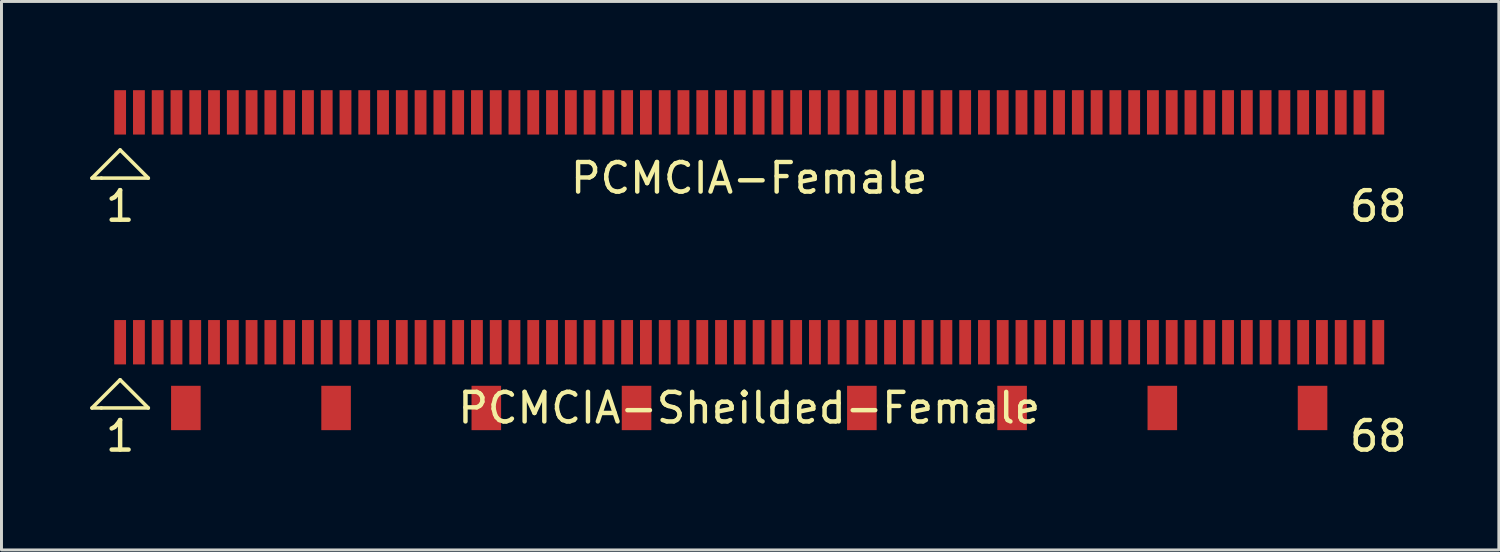
<source format=kicad_pcb>
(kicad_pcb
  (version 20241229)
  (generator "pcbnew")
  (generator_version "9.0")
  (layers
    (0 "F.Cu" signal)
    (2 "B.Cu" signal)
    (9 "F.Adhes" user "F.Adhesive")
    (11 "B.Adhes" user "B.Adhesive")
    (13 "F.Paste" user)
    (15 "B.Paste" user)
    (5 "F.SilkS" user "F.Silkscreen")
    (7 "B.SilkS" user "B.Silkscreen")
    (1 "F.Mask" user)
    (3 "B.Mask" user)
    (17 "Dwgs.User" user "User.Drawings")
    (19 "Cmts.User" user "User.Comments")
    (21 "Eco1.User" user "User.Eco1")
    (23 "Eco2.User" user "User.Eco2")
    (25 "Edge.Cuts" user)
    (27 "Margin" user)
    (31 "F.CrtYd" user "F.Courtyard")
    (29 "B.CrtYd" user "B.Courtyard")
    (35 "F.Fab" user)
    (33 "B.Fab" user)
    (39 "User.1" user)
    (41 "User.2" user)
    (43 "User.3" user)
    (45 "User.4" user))
  (footprint "PCMCIA-Female"
    (layer "F.Cu")
    (at 22.285 0.75)
    (property "Reference" "PCMCIA-Female" (at 0 2.223 0) (layer "F.SilkS") (effects (font (size 1 1) (thickness 0.15))))
    (attr through_hole)
    (fp_line (start -22.225 2.223) (end -21.273 1.27) (stroke (width 0.12) (type solid)) (layer "F.SilkS"))
    (fp_line (start -21.907 2.223) (end -22.225 2.223) (stroke (width 0.12) (type solid)) (layer "F.SilkS"))
    (fp_line (start -21.273 1.27) (end -20.32 2.223) (stroke (width 0.12) (type solid)) (layer "F.SilkS"))
    (fp_line (start -20.32 2.223) (end -21.907 2.223) (stroke (width 0.12) (type solid)) (layer "F.SilkS"))
    (fp_text user "1" (at -21.273 3.175 0) (layer "F.SilkS") (effects (font (size 1 1) (thickness 0.15))))
    (fp_text user "68" (at 21.273 3.175 0) (layer "F.SilkS") (effects (font (size 1 1) (thickness 0.15))))
    (pad "1" smd rect (at -21.273 0) (size 0.4 1.5) (layers "F.Cu" "F.Mask" "F.Paste"))
    (pad "2" smd rect (at -20.637 0) (size 0.4 1.5) (layers "F.Cu" "F.Mask" "F.Paste"))
    (pad "3" smd rect (at -20.003 0) (size 0.4 1.5) (layers "F.Cu" "F.Mask" "F.Paste"))
    (pad "4" smd rect (at -19.367 0) (size 0.4 1.5) (layers "F.Cu" "F.Mask" "F.Paste"))
    (pad "5" smd rect (at -18.733 0) (size 0.4 1.5) (layers "F.Cu" "F.Mask" "F.Paste"))
    (pad "6" smd rect (at -18.098 0) (size 0.4 1.5) (layers "F.Cu" "F.Mask" "F.Paste"))
    (pad "7" smd rect (at -17.462 0) (size 0.4 1.5) (layers "F.Cu" "F.Mask" "F.Paste"))
    (pad "8" smd rect (at -16.828 0) (size 0.4 1.5) (layers "F.Cu" "F.Mask" "F.Paste"))
    (pad "9" smd rect (at -16.192 0) (size 0.4 1.5) (layers "F.Cu" "F.Mask" "F.Paste"))
    (pad "10" smd rect (at -15.557 0) (size 0.4 1.5) (layers "F.Cu" "F.Mask" "F.Paste"))
    (pad "11" smd rect (at -14.922 0) (size 0.4 1.5) (layers "F.Cu" "F.Mask" "F.Paste"))
    (pad "12" smd rect (at -14.287 0) (size 0.4 1.5) (layers "F.Cu" "F.Mask" "F.Paste"))
    (pad "13" smd rect (at -13.652 0) (size 0.4 1.5) (layers "F.Cu" "F.Mask" "F.Paste"))
    (pad "14" smd rect (at -13.018 0) (size 0.4 1.5) (layers "F.Cu" "F.Mask" "F.Paste"))
    (pad "15" smd rect (at -12.383 0) (size 0.4 1.5) (layers "F.Cu" "F.Mask" "F.Paste"))
    (pad "16" smd rect (at -11.748 0) (size 0.4 1.5) (layers "F.Cu" "F.Mask" "F.Paste"))
    (pad "17" smd rect (at -11.113 0) (size 0.4 1.5) (layers "F.Cu" "F.Mask" "F.Paste"))
    (pad "18" smd rect (at -10.477 0) (size 0.4 1.5) (layers "F.Cu" "F.Mask" "F.Paste"))
    (pad "19" smd rect (at -9.842 0) (size 0.4 1.5) (layers "F.Cu" "F.Mask" "F.Paste"))
    (pad "20" smd rect (at -9.207 0) (size 0.4 1.5) (layers "F.Cu" "F.Mask" "F.Paste"))
    (pad "21" smd rect (at -8.572 0) (size 0.4 1.5) (layers "F.Cu" "F.Mask" "F.Paste"))
    (pad "22" smd rect (at -7.938 0) (size 0.4 1.5) (layers "F.Cu" "F.Mask" "F.Paste"))
    (pad "23" smd rect (at -7.303 0) (size 0.4 1.5) (layers "F.Cu" "F.Mask" "F.Paste"))
    (pad "24" smd rect (at -6.668 0) (size 0.4 1.5) (layers "F.Cu" "F.Mask" "F.Paste"))
    (pad "25" smd rect (at -6.032 0) (size 0.4 1.5) (layers "F.Cu" "F.Mask" "F.Paste"))
    (pad "26" smd rect (at -5.397 0) (size 0.4 1.5) (layers "F.Cu" "F.Mask" "F.Paste"))
    (pad "27" smd rect (at -4.763 0) (size 0.4 1.5) (layers "F.Cu" "F.Mask" "F.Paste"))
    (pad "28" smd rect (at -4.128 0) (size 0.4 1.5) (layers "F.Cu" "F.Mask" "F.Paste"))
    (pad "29" smd rect (at -3.493 0) (size 0.4 1.5) (layers "F.Cu" "F.Mask" "F.Paste"))
    (pad "30" smd rect (at -2.857 0) (size 0.4 1.5) (layers "F.Cu" "F.Mask" "F.Paste"))
    (pad "31" smd rect (at -2.223 0) (size 0.4 1.5) (layers "F.Cu" "F.Mask" "F.Paste"))
    (pad "32" smd rect (at -1.587 0) (size 0.4 1.5) (layers "F.Cu" "F.Mask" "F.Paste"))
    (pad "33" smd rect (at -0.953 0) (size 0.4 1.5) (layers "F.Cu" "F.Mask" "F.Paste"))
    (pad "34" smd rect (at -0.318 0) (size 0.4 1.5) (layers "F.Cu" "F.Mask" "F.Paste"))
    (pad "35" smd rect (at 0.318 0) (size 0.4 1.5) (layers "F.Cu" "F.Mask" "F.Paste"))
    (pad "36" smd rect (at 0.953 0) (size 0.4 1.5) (layers "F.Cu" "F.Mask" "F.Paste"))
    (pad "37" smd rect (at 1.587 0) (size 0.4 1.5) (layers "F.Cu" "F.Mask" "F.Paste"))
    (pad "38" smd rect (at 2.223 0) (size 0.4 1.5) (layers "F.Cu" "F.Mask" "F.Paste"))
    (pad "39" smd rect (at 2.857 0) (size 0.4 1.5) (layers "F.Cu" "F.Mask" "F.Paste"))
    (pad "40" smd rect (at 3.493 0) (size 0.4 1.5) (layers "F.Cu" "F.Mask" "F.Paste"))
    (pad "41" smd rect (at 4.128 0) (size 0.4 1.5) (layers "F.Cu" "F.Mask" "F.Paste"))
    (pad "42" smd rect (at 4.763 0) (size 0.4 1.5) (layers "F.Cu" "F.Mask" "F.Paste"))
    (pad "43" smd rect (at 5.397 0) (size 0.4 1.5) (layers "F.Cu" "F.Mask" "F.Paste"))
    (pad "44" smd rect (at 6.032 0) (size 0.4 1.5) (layers "F.Cu" "F.Mask" "F.Paste"))
    (pad "45" smd rect (at 6.668 0) (size 0.4 1.5) (layers "F.Cu" "F.Mask" "F.Paste"))
    (pad "46" smd rect (at 7.303 0) (size 0.4 1.5) (layers "F.Cu" "F.Mask" "F.Paste"))
    (pad "47" smd rect (at 7.938 0) (size 0.4 1.5) (layers "F.Cu" "F.Mask" "F.Paste"))
    (pad "48" smd rect (at 8.572 0) (size 0.4 1.5) (layers "F.Cu" "F.Mask" "F.Paste"))
    (pad "49" smd rect (at 9.207 0) (size 0.4 1.5) (layers "F.Cu" "F.Mask" "F.Paste"))
    (pad "50" smd rect (at 9.842 0) (size 0.4 1.5) (layers "F.Cu" "F.Mask" "F.Paste"))
    (pad "51" smd rect (at 10.477 0) (size 0.4 1.5) (layers "F.Cu" "F.Mask" "F.Paste"))
    (pad "52" smd rect (at 11.113 0) (size 0.4 1.5) (layers "F.Cu" "F.Mask" "F.Paste"))
    (pad "53" smd rect (at 11.748 0) (size 0.4 1.5) (layers "F.Cu" "F.Mask" "F.Paste"))
    (pad "54" smd rect (at 12.383 0) (size 0.4 1.5) (layers "F.Cu" "F.Mask" "F.Paste"))
    (pad "55" smd rect (at 13.018 0) (size 0.4 1.5) (layers "F.Cu" "F.Mask" "F.Paste"))
    (pad "56" smd rect (at 13.652 0) (size 0.4 1.5) (layers "F.Cu" "F.Mask" "F.Paste"))
    (pad "57" smd rect (at 14.287 0) (size 0.4 1.5) (layers "F.Cu" "F.Mask" "F.Paste"))
    (pad "58" smd rect (at 14.922 0) (size 0.4 1.5) (layers "F.Cu" "F.Mask" "F.Paste"))
    (pad "59" smd rect (at 15.557 0) (size 0.4 1.5) (layers "F.Cu" "F.Mask" "F.Paste"))
    (pad "60" smd rect (at 16.192 0) (size 0.4 1.5) (layers "F.Cu" "F.Mask" "F.Paste"))
    (pad "61" smd rect (at 16.828 0) (size 0.4 1.5) (layers "F.Cu" "F.Mask" "F.Paste"))
    (pad "62" smd rect (at 17.462 0) (size 0.4 1.5) (layers "F.Cu" "F.Mask" "F.Paste"))
    (pad "63" smd rect (at 18.098 0) (size 0.4 1.5) (layers "F.Cu" "F.Mask" "F.Paste"))
    (pad "64" smd rect (at 18.733 0) (size 0.4 1.5) (layers "F.Cu" "F.Mask" "F.Paste"))
    (pad "65" smd rect (at 19.367 0) (size 0.4 1.5) (layers "F.Cu" "F.Mask" "F.Paste"))
    (pad "66" smd rect (at 20.003 0) (size 0.4 1.5) (layers "F.Cu" "F.Mask" "F.Paste"))
    (pad "67" smd rect (at 20.637 0) (size 0.4 1.5) (layers "F.Cu" "F.Mask" "F.Paste"))
    (pad "68" smd rect (at 21.273 0) (size 0.4 1.5) (layers "F.Cu" "F.Mask" "F.Paste")))
  (footprint "PCMCIA-Sheilded-Female"
    (layer "F.Cu")
    (at 22.285 8.523)
    (property "Reference" "PCMCIA-Sheilded-Female" (at 0 2.223 0) (layer "F.SilkS") (effects (font (size 1 1) (thickness 0.15))))
    (attr through_hole)
    (fp_line (start -22.225 2.223) (end -21.273 1.27) (stroke (width 0.12) (type solid)) (layer "F.SilkS"))
    (fp_line (start -21.907 2.223) (end -22.225 2.223) (stroke (width 0.12) (type solid)) (layer "F.SilkS"))
    (fp_line (start -21.273 1.27) (end -20.32 2.223) (stroke (width 0.12) (type solid)) (layer "F.SilkS"))
    (fp_line (start -20.32 2.223) (end -21.907 2.223) (stroke (width 0.12) (type solid)) (layer "F.SilkS"))
    (fp_text user "68" (at 21.273 3.175 0) (layer "F.SilkS") (effects (font (size 1 1) (thickness 0.15))))
    (fp_text user "1" (at -21.273 3.175 0) (layer "F.SilkS") (effects (font (size 1 1) (thickness 0.15))))
    (pad "1" smd rect (at -21.273 0) (size 0.4 1.5) (layers "F.Cu" "F.Mask" "F.Paste"))
    (pad "2" smd rect (at -20.637 0) (size 0.4 1.5) (layers "F.Cu" "F.Mask" "F.Paste"))
    (pad "3" smd rect (at -20.003 0) (size 0.4 1.5) (layers "F.Cu" "F.Mask" "F.Paste"))
    (pad "4" smd rect (at -19.367 0) (size 0.4 1.5) (layers "F.Cu" "F.Mask" "F.Paste"))
    (pad "5" smd rect (at -18.733 0) (size 0.4 1.5) (layers "F.Cu" "F.Mask" "F.Paste"))
    (pad "6" smd rect (at -18.098 0) (size 0.4 1.5) (layers "F.Cu" "F.Mask" "F.Paste"))
    (pad "7" smd rect (at -17.462 0) (size 0.4 1.5) (layers "F.Cu" "F.Mask" "F.Paste"))
    (pad "8" smd rect (at -16.828 0) (size 0.4 1.5) (layers "F.Cu" "F.Mask" "F.Paste"))
    (pad "9" smd rect (at -16.192 0) (size 0.4 1.5) (layers "F.Cu" "F.Mask" "F.Paste"))
    (pad "10" smd rect (at -15.557 0) (size 0.4 1.5) (layers "F.Cu" "F.Mask" "F.Paste"))
    (pad "11" smd rect (at -14.922 0) (size 0.4 1.5) (layers "F.Cu" "F.Mask" "F.Paste"))
    (pad "12" smd rect (at -14.287 0) (size 0.4 1.5) (layers "F.Cu" "F.Mask" "F.Paste"))
    (pad "13" smd rect (at -13.652 0) (size 0.4 1.5) (layers "F.Cu" "F.Mask" "F.Paste"))
    (pad "14" smd rect (at -13.018 0) (size 0.4 1.5) (layers "F.Cu" "F.Mask" "F.Paste"))
    (pad "15" smd rect (at -12.383 0) (size 0.4 1.5) (layers "F.Cu" "F.Mask" "F.Paste"))
    (pad "16" smd rect (at -11.748 0) (size 0.4 1.5) (layers "F.Cu" "F.Mask" "F.Paste"))
    (pad "17" smd rect (at -11.113 0) (size 0.4 1.5) (layers "F.Cu" "F.Mask" "F.Paste"))
    (pad "18" smd rect (at -10.477 0) (size 0.4 1.5) (layers "F.Cu" "F.Mask" "F.Paste"))
    (pad "19" smd rect (at -9.842 0) (size 0.4 1.5) (layers "F.Cu" "F.Mask" "F.Paste"))
    (pad "20" smd rect (at -9.207 0) (size 0.4 1.5) (layers "F.Cu" "F.Mask" "F.Paste"))
    (pad "21" smd rect (at -8.572 0) (size 0.4 1.5) (layers "F.Cu" "F.Mask" "F.Paste"))
    (pad "22" smd rect (at -7.938 0) (size 0.4 1.5) (layers "F.Cu" "F.Mask" "F.Paste"))
    (pad "23" smd rect (at -7.303 0) (size 0.4 1.5) (layers "F.Cu" "F.Mask" "F.Paste"))
    (pad "24" smd rect (at -6.668 0) (size 0.4 1.5) (layers "F.Cu" "F.Mask" "F.Paste"))
    (pad "25" smd rect (at -6.032 0) (size 0.4 1.5) (layers "F.Cu" "F.Mask" "F.Paste"))
    (pad "26" smd rect (at -5.397 0) (size 0.4 1.5) (layers "F.Cu" "F.Mask" "F.Paste"))
    (pad "27" smd rect (at -4.763 0) (size 0.4 1.5) (layers "F.Cu" "F.Mask" "F.Paste"))
    (pad "28" smd rect (at -4.128 0) (size 0.4 1.5) (layers "F.Cu" "F.Mask" "F.Paste"))
    (pad "29" smd rect (at -3.493 0) (size 0.4 1.5) (layers "F.Cu" "F.Mask" "F.Paste"))
    (pad "30" smd rect (at -2.857 0) (size 0.4 1.5) (layers "F.Cu" "F.Mask" "F.Paste"))
    (pad "31" smd rect (at -2.223 0) (size 0.4 1.5) (layers "F.Cu" "F.Mask" "F.Paste"))
    (pad "32" smd rect (at -1.587 0) (size 0.4 1.5) (layers "F.Cu" "F.Mask" "F.Paste"))
    (pad "33" smd rect (at -0.953 0) (size 0.4 1.5) (layers "F.Cu" "F.Mask" "F.Paste"))
    (pad "34" smd rect (at -0.318 0) (size 0.4 1.5) (layers "F.Cu" "F.Mask" "F.Paste"))
    (pad "35" smd rect (at 0.318 0) (size 0.4 1.5) (layers "F.Cu" "F.Mask" "F.Paste"))
    (pad "36" smd rect (at 0.953 0) (size 0.4 1.5) (layers "F.Cu" "F.Mask" "F.Paste"))
    (pad "37" smd rect (at 1.587 0) (size 0.4 1.5) (layers "F.Cu" "F.Mask" "F.Paste"))
    (pad "38" smd rect (at 2.223 0) (size 0.4 1.5) (layers "F.Cu" "F.Mask" "F.Paste"))
    (pad "39" smd rect (at 2.857 0) (size 0.4 1.5) (layers "F.Cu" "F.Mask" "F.Paste"))
    (pad "40" smd rect (at 3.493 0) (size 0.4 1.5) (layers "F.Cu" "F.Mask" "F.Paste"))
    (pad "41" smd rect (at 4.128 0) (size 0.4 1.5) (layers "F.Cu" "F.Mask" "F.Paste"))
    (pad "42" smd rect (at 4.763 0) (size 0.4 1.5) (layers "F.Cu" "F.Mask" "F.Paste"))
    (pad "43" smd rect (at 5.397 0) (size 0.4 1.5) (layers "F.Cu" "F.Mask" "F.Paste"))
    (pad "44" smd rect (at 6.032 0) (size 0.4 1.5) (layers "F.Cu" "F.Mask" "F.Paste"))
    (pad "45" smd rect (at 6.668 0) (size 0.4 1.5) (layers "F.Cu" "F.Mask" "F.Paste"))
    (pad "46" smd rect (at 7.303 0) (size 0.4 1.5) (layers "F.Cu" "F.Mask" "F.Paste"))
    (pad "47" smd rect (at 7.938 0) (size 0.4 1.5) (layers "F.Cu" "F.Mask" "F.Paste"))
    (pad "48" smd rect (at 8.572 0) (size 0.4 1.5) (layers "F.Cu" "F.Mask" "F.Paste"))
    (pad "49" smd rect (at 9.207 0) (size 0.4 1.5) (layers "F.Cu" "F.Mask" "F.Paste"))
    (pad "50" smd rect (at 9.842 0) (size 0.4 1.5) (layers "F.Cu" "F.Mask" "F.Paste"))
    (pad "51" smd rect (at 10.477 0) (size 0.4 1.5) (layers "F.Cu" "F.Mask" "F.Paste"))
    (pad "52" smd rect (at 11.113 0) (size 0.4 1.5) (layers "F.Cu" "F.Mask" "F.Paste"))
    (pad "53" smd rect (at 11.748 0) (size 0.4 1.5) (layers "F.Cu" "F.Mask" "F.Paste"))
    (pad "54" smd rect (at 12.383 0) (size 0.4 1.5) (layers "F.Cu" "F.Mask" "F.Paste"))
    (pad "55" smd rect (at 13.018 0) (size 0.4 1.5) (layers "F.Cu" "F.Mask" "F.Paste"))
    (pad "56" smd rect (at 13.652 0) (size 0.4 1.5) (layers "F.Cu" "F.Mask" "F.Paste"))
    (pad "57" smd rect (at 14.287 0) (size 0.4 1.5) (layers "F.Cu" "F.Mask" "F.Paste"))
    (pad "58" smd rect (at 14.922 0) (size 0.4 1.5) (layers "F.Cu" "F.Mask" "F.Paste"))
    (pad "59" smd rect (at 15.557 0) (size 0.4 1.5) (layers "F.Cu" "F.Mask" "F.Paste"))
    (pad "60" smd rect (at 16.192 0) (size 0.4 1.5) (layers "F.Cu" "F.Mask" "F.Paste"))
    (pad "61" smd rect (at 16.828 0) (size 0.4 1.5) (layers "F.Cu" "F.Mask" "F.Paste"))
    (pad "62" smd rect (at 17.462 0) (size 0.4 1.5) (layers "F.Cu" "F.Mask" "F.Paste"))
    (pad "63" smd rect (at 18.098 0) (size 0.4 1.5) (layers "F.Cu" "F.Mask" "F.Paste"))
    (pad "64" smd rect (at 18.733 0) (size 0.4 1.5) (layers "F.Cu" "F.Mask" "F.Paste"))
    (pad "65" smd rect (at 19.367 0) (size 0.4 1.5) (layers "F.Cu" "F.Mask" "F.Paste"))
    (pad "66" smd rect (at 20.003 0) (size 0.4 1.5) (layers "F.Cu" "F.Mask" "F.Paste"))
    (pad "67" smd rect (at 20.637 0) (size 0.4 1.5) (layers "F.Cu" "F.Mask" "F.Paste"))
    (pad "68" smd rect (at 21.273 0) (size 0.4 1.5) (layers "F.Cu" "F.Mask" "F.Paste"))
    (pad "G1" smd rect (at -19.05 2.223) (size 1 1.5) (layers "F.Cu" "F.Mask" "F.Paste"))
    (pad "G2" smd rect (at -13.97 2.223) (size 1 1.5) (layers "F.Cu" "F.Mask" "F.Paste"))
    (pad "G3" smd rect (at -8.89 2.223) (size 1 1.5) (layers "F.Cu" "F.Mask" "F.Paste"))
    (pad "G4" smd rect (at -3.81 2.223) (size 1 1.5) (layers "F.Cu" "F.Mask" "F.Paste"))
    (pad "G5" smd rect (at 3.81 2.223) (size 1 1.5) (layers "F.Cu" "F.Mask" "F.Paste"))
    (pad "G6" smd rect (at 8.89 2.223) (size 1 1.5) (layers "F.Cu" "F.Mask" "F.Paste"))
    (pad "G7" smd rect (at 13.97 2.223) (size 1 1.5) (layers "F.Cu" "F.Mask" "F.Paste"))
    (pad "G8" smd rect (at 19.05 2.223) (size 1 1.5) (layers "F.Cu" "F.Mask" "F.Paste")))
  (gr_rect
    (start -3 -3)
    (end 47.635 15.546)
    (stroke (width 0.1) (type default))
    (fill no)
    (layer "Edge.Cuts")))
</source>
